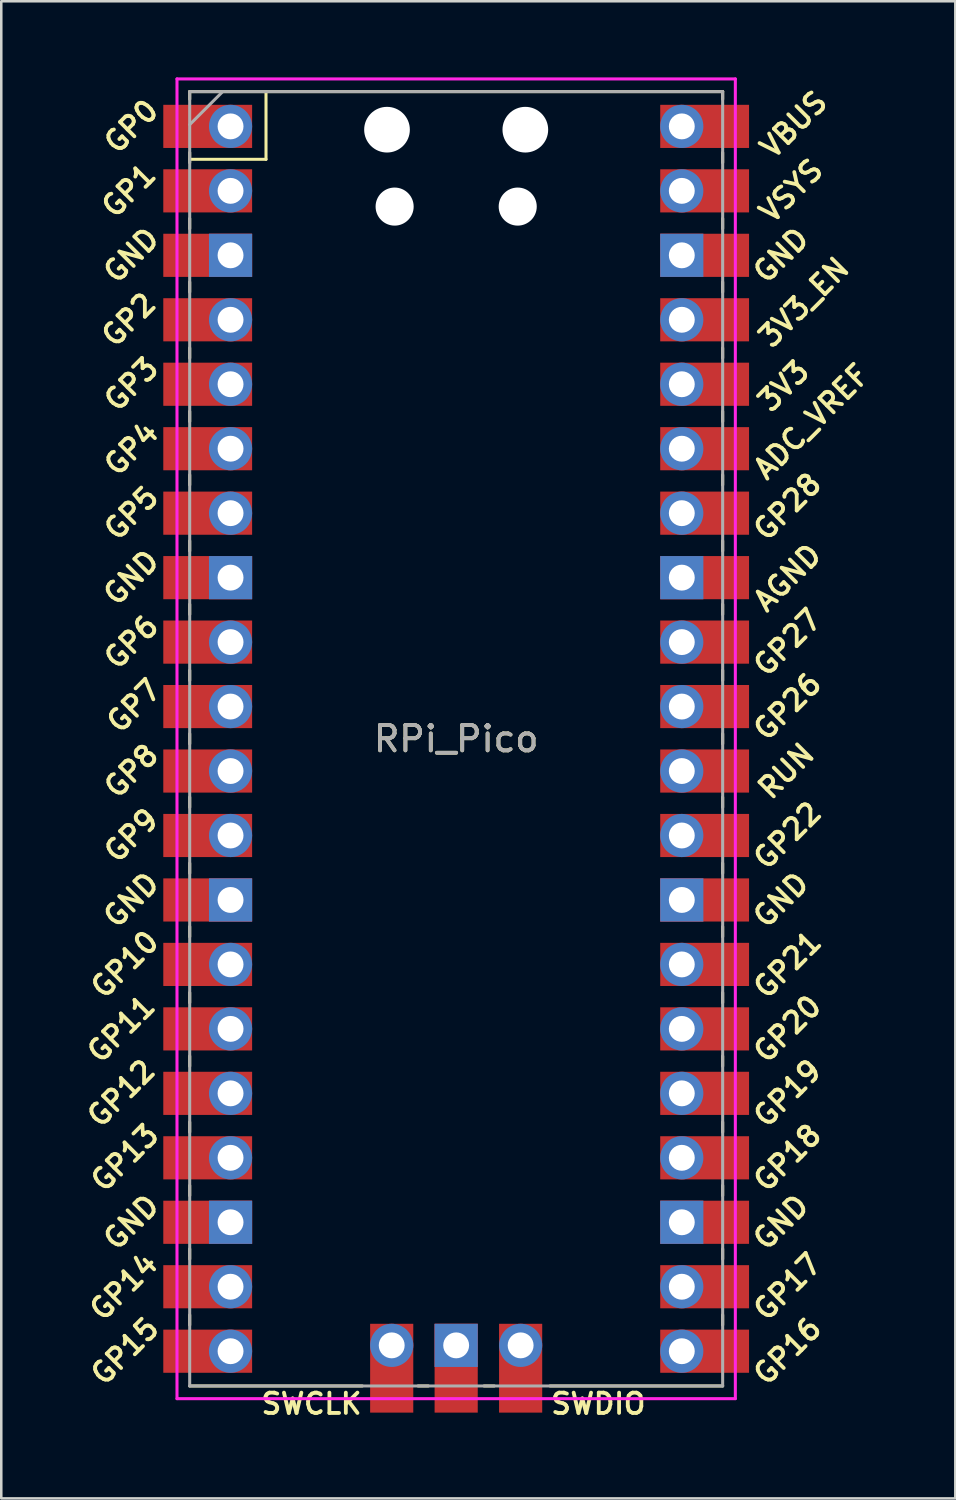
<source format=kicad_pcb>
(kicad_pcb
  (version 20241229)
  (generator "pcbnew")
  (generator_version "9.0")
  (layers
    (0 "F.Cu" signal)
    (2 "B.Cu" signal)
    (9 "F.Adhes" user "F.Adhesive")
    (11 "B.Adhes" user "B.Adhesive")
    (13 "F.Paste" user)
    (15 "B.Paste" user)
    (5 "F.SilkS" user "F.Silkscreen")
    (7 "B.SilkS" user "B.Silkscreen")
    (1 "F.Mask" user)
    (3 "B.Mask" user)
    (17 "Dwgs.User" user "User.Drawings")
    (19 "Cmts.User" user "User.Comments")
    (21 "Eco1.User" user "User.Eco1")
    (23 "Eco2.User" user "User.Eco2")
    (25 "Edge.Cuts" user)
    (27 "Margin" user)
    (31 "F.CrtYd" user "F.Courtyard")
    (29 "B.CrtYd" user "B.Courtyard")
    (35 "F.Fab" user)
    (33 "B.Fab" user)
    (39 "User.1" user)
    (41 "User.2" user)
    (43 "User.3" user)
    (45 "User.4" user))
  (footprint "RPi_Pico"
    (layer "F.Cu")
    (at 14.924 26.06)
    (property "Reference" "RPi_Pico" (at 0 0 0) (layer "F.SilkS") (effects (font (size 1 1) (thickness 0.15))))
    (attr through_hole)
    (fp_line (start -10.5 -25.5) (end -10.5 -25.2) (stroke (width 0.12) (type solid)) (layer "F.SilkS"))
    (fp_line (start -10.5 -25.5) (end 10.5 -25.5) (stroke (width 0.12) (type solid)) (layer "F.SilkS"))
    (fp_line (start -10.5 -23.1) (end -10.5 -22.7) (stroke (width 0.12) (type solid)) (layer "F.SilkS"))
    (fp_line (start -10.5 -22.833) (end -7.493 -22.833) (stroke (width 0.12) (type solid)) (layer "F.SilkS"))
    (fp_line (start -10.5 -20.5) (end -10.5 -20.1) (stroke (width 0.12) (type solid)) (layer "F.SilkS"))
    (fp_line (start -10.5 -18) (end -10.5 -17.6) (stroke (width 0.12) (type solid)) (layer "F.SilkS"))
    (fp_line (start -10.5 -15.4) (end -10.5 -15) (stroke (width 0.12) (type solid)) (layer "F.SilkS"))
    (fp_line (start -10.5 -12.9) (end -10.5 -12.5) (stroke (width 0.12) (type solid)) (layer "F.SilkS"))
    (fp_line (start -10.5 -10.4) (end -10.5 -10) (stroke (width 0.12) (type solid)) (layer "F.SilkS"))
    (fp_line (start -10.5 -7.8) (end -10.5 -7.4) (stroke (width 0.12) (type solid)) (layer "F.SilkS"))
    (fp_line (start -10.5 -5.3) (end -10.5 -4.9) (stroke (width 0.12) (type solid)) (layer "F.SilkS"))
    (fp_line (start -10.5 -2.7) (end -10.5 -2.3) (stroke (width 0.12) (type solid)) (layer "F.SilkS"))
    (fp_line (start -10.5 -0.2) (end -10.5 0.2) (stroke (width 0.12) (type solid)) (layer "F.SilkS"))
    (fp_line (start -10.5 2.3) (end -10.5 2.7) (stroke (width 0.12) (type solid)) (layer "F.SilkS"))
    (fp_line (start -10.5 4.9) (end -10.5 5.3) (stroke (width 0.12) (type solid)) (layer "F.SilkS"))
    (fp_line (start -10.5 7.4) (end -10.5 7.8) (stroke (width 0.12) (type solid)) (layer "F.SilkS"))
    (fp_line (start -10.5 10) (end -10.5 10.4) (stroke (width 0.12) (type solid)) (layer "F.SilkS"))
    (fp_line (start -10.5 12.5) (end -10.5 12.9) (stroke (width 0.12) (type solid)) (layer "F.SilkS"))
    (fp_line (start -10.5 15.1) (end -10.5 15.5) (stroke (width 0.12) (type solid)) (layer "F.SilkS"))
    (fp_line (start -10.5 17.6) (end -10.5 18) (stroke (width 0.12) (type solid)) (layer "F.SilkS"))
    (fp_line (start -10.5 20.1) (end -10.5 20.5) (stroke (width 0.12) (type solid)) (layer "F.SilkS"))
    (fp_line (start -10.5 22.7) (end -10.5 23.1) (stroke (width 0.12) (type solid)) (layer "F.SilkS"))
    (fp_line (start -7.493 -22.833) (end -7.493 -25.5) (stroke (width 0.12) (type solid)) (layer "F.SilkS"))
    (fp_line (start -3.7 25.5) (end -10.5 25.5) (stroke (width 0.12) (type solid)) (layer "F.SilkS"))
    (fp_line (start -1.5 25.5) (end -1.1 25.5) (stroke (width 0.12) (type solid)) (layer "F.SilkS"))
    (fp_line (start 1.1 25.5) (end 1.5 25.5) (stroke (width 0.12) (type solid)) (layer "F.SilkS"))
    (fp_line (start 10.5 -25.5) (end 10.5 -25.2) (stroke (width 0.12) (type solid)) (layer "F.SilkS"))
    (fp_line (start 10.5 -23.1) (end 10.5 -22.7) (stroke (width 0.12) (type solid)) (layer "F.SilkS"))
    (fp_line (start 10.5 -20.5) (end 10.5 -20.1) (stroke (width 0.12) (type solid)) (layer "F.SilkS"))
    (fp_line (start 10.5 -18) (end 10.5 -17.6) (stroke (width 0.12) (type solid)) (layer "F.SilkS"))
    (fp_line (start 10.5 -15.4) (end 10.5 -15) (stroke (width 0.12) (type solid)) (layer "F.SilkS"))
    (fp_line (start 10.5 -12.9) (end 10.5 -12.5) (stroke (width 0.12) (type solid)) (layer "F.SilkS"))
    (fp_line (start 10.5 -10.4) (end 10.5 -10) (stroke (width 0.12) (type solid)) (layer "F.SilkS"))
    (fp_line (start 10.5 -7.8) (end 10.5 -7.4) (stroke (width 0.12) (type solid)) (layer "F.SilkS"))
    (fp_line (start 10.5 -5.3) (end 10.5 -4.9) (stroke (width 0.12) (type solid)) (layer "F.SilkS"))
    (fp_line (start 10.5 -2.7) (end 10.5 -2.3) (stroke (width 0.12) (type solid)) (layer "F.SilkS"))
    (fp_line (start 10.5 -0.2) (end 10.5 0.2) (stroke (width 0.12) (type solid)) (layer "F.SilkS"))
    (fp_line (start 10.5 2.3) (end 10.5 2.7) (stroke (width 0.12) (type solid)) (layer "F.SilkS"))
    (fp_line (start 10.5 4.9) (end 10.5 5.3) (stroke (width 0.12) (type solid)) (layer "F.SilkS"))
    (fp_line (start 10.5 7.4) (end 10.5 7.8) (stroke (width 0.12) (type solid)) (layer "F.SilkS"))
    (fp_line (start 10.5 10) (end 10.5 10.4) (stroke (width 0.12) (type solid)) (layer "F.SilkS"))
    (fp_line (start 10.5 12.5) (end 10.5 12.9) (stroke (width 0.12) (type solid)) (layer "F.SilkS"))
    (fp_line (start 10.5 15.1) (end 10.5 15.5) (stroke (width 0.12) (type solid)) (layer "F.SilkS"))
    (fp_line (start 10.5 17.6) (end 10.5 18) (stroke (width 0.12) (type solid)) (layer "F.SilkS"))
    (fp_line (start 10.5 20.1) (end 10.5 20.5) (stroke (width 0.12) (type solid)) (layer "F.SilkS"))
    (fp_line (start 10.5 22.7) (end 10.5 23.1) (stroke (width 0.12) (type solid)) (layer "F.SilkS"))
    (fp_line (start 10.5 25.5) (end 3.7 25.5) (stroke (width 0.12) (type solid)) (layer "F.SilkS"))
    (fp_line (start -11 -26) (end 11 -26) (stroke (width 0.12) (type solid)) (layer "F.CrtYd"))
    (fp_line (start -11 26) (end -11 -26) (stroke (width 0.12) (type solid)) (layer "F.CrtYd"))
    (fp_line (start 11 -26) (end 11 26) (stroke (width 0.12) (type solid)) (layer "F.CrtYd"))
    (fp_line (start 11 26) (end -11 26) (stroke (width 0.12) (type solid)) (layer "F.CrtYd"))
    (fp_line (start -10.5 -25.5) (end 10.5 -25.5) (stroke (width 0.12) (type solid)) (layer "F.Fab"))
    (fp_line (start -10.5 -24.2) (end -9.2 -25.5) (stroke (width 0.12) (type solid)) (layer "F.Fab"))
    (fp_line (start -10.5 25.5) (end -10.5 -25.5) (stroke (width 0.12) (type solid)) (layer "F.Fab"))
    (fp_line (start 10.5 -25.5) (end 10.5 25.5) (stroke (width 0.12) (type solid)) (layer "F.Fab"))
    (fp_line (start 10.5 25.5) (end -10.5 25.5) (stroke (width 0.12) (type solid)) (layer "F.Fab"))
    (fp_text user "AGND" (at 13.054 -6.35 45) (layer "F.SilkS") (effects (font (size 0.8 0.8) (thickness 0.15))))
    (fp_text user "ADC_VREF" (at 14 -12.5 45) (layer "F.SilkS") (effects (font (size 0.8 0.8) (thickness 0.15))))
    (fp_text user "GP14" (at -13.1 21.59 45) (layer "F.SilkS") (effects (font (size 0.8 0.8) (thickness 0.15))))
    (fp_text user "GND" (at 12.8 -19.05 45) (layer "F.SilkS") (effects (font (size 0.8 0.8) (thickness 0.15))))
    (fp_text user "GP9" (at -12.8 3.81 45) (layer "F.SilkS") (effects (font (size 0.8 0.8) (thickness 0.15))))
    (fp_text user "GP28" (at 13.054 -9.144 45) (layer "F.SilkS") (effects (font (size 0.8 0.8) (thickness 0.15))))
    (fp_text user "VSYS" (at 13.2 -21.59 45) (layer "F.SilkS") (effects (font (size 0.8 0.8) (thickness 0.15))))
    (fp_text user "GP8" (at -12.8 1.27 45) (layer "F.SilkS") (effects (font (size 0.8 0.8) (thickness 0.15))))
    (fp_text user "GP15" (at -13.054 24.13 45) (layer "F.SilkS") (effects (font (size 0.8 0.8) (thickness 0.15))))
    (fp_text user "GP18" (at 13.054 16.51 45) (layer "F.SilkS") (effects (font (size 0.8 0.8) (thickness 0.15))))
    (fp_text user "GP17" (at 13.054 21.59 45) (layer "F.SilkS") (effects (font (size 0.8 0.8) (thickness 0.15))))
    (fp_text user "GP10" (at -13.054 8.89 45) (layer "F.SilkS") (effects (font (size 0.8 0.8) (thickness 0.15))))
    (fp_text user "GND" (at -12.8 6.35 45) (layer "F.SilkS") (effects (font (size 0.8 0.8) (thickness 0.15))))
    (fp_text user "GND" (at 12.8 19.05 45) (layer "F.SilkS") (effects (font (size 0.8 0.8) (thickness 0.15))))
    (fp_text user "GP7" (at -12.7 -1.3 45) (layer "F.SilkS") (effects (font (size 0.8 0.8) (thickness 0.15))))
    (fp_text user "GP6" (at -12.8 -3.81 45) (layer "F.SilkS") (effects (font (size 0.8 0.8) (thickness 0.15))))
    (fp_text user "GP16" (at 13.054 24.13 45) (layer "F.SilkS") (effects (font (size 0.8 0.8) (thickness 0.15))))
    (fp_text user "SWDIO" (at 5.6 26.2 0) (layer "F.SilkS") (effects (font (size 0.8 0.8) (thickness 0.15))))
    (fp_text user "GND" (at 12.8 6.35 45) (layer "F.SilkS") (effects (font (size 0.8 0.8) (thickness 0.15))))
    (fp_text user "GP3" (at -12.8 -13.97 45) (layer "F.SilkS") (effects (font (size 0.8 0.8) (thickness 0.15))))
    (fp_text user "GP21" (at 13.054 8.9 45) (layer "F.SilkS") (effects (font (size 0.8 0.8) (thickness 0.15))))
    (fp_text user "3V3" (at 12.9 -13.9 45) (layer "F.SilkS") (effects (font (size 0.8 0.8) (thickness 0.15))))
    (fp_text user "GP20" (at 13.054 11.43 45) (layer "F.SilkS") (effects (font (size 0.8 0.8) (thickness 0.15))))
    (fp_text user "GP27" (at 13.054 -3.8 45) (layer "F.SilkS") (effects (font (size 0.8 0.8) (thickness 0.15))))
    (fp_text user "SWCLK" (at -5.7 26.2 0) (layer "F.SilkS") (effects (font (size 0.8 0.8) (thickness 0.15))))
    (fp_text user "GP1" (at -12.9 -21.6 45) (layer "F.SilkS") (effects (font (size 0.8 0.8) (thickness 0.15))))
    (fp_text user "GP22" (at 13.054 3.81 45) (layer "F.SilkS") (effects (font (size 0.8 0.8) (thickness 0.15))))
    (fp_text user "GP4" (at -12.8 -11.43 45) (layer "F.SilkS") (effects (font (size 0.8 0.8) (thickness 0.15))))
    (fp_text user "GP11" (at -13.2 11.43 45) (layer "F.SilkS") (effects (font (size 0.8 0.8) (thickness 0.15))))
    (fp_text user "GND" (at -12.8 -19.05 45) (layer "F.SilkS") (effects (font (size 0.8 0.8) (thickness 0.15))))
    (fp_text user "VBUS" (at 13.3 -24.2 45) (layer "F.SilkS") (effects (font (size 0.8 0.8) (thickness 0.15))))
    (fp_text user "GND" (at -12.8 -6.35 45) (layer "F.SilkS") (effects (font (size 0.8 0.8) (thickness 0.15))))
    (fp_text user "GP12" (at -13.2 13.97 45) (layer "F.SilkS") (effects (font (size 0.8 0.8) (thickness 0.15))))
    (fp_text user "GP2" (at -12.9 -16.51 45) (layer "F.SilkS") (effects (font (size 0.8 0.8) (thickness 0.15))))
    (fp_text user "GP19" (at 13.054 13.97 45) (layer "F.SilkS") (effects (font (size 0.8 0.8) (thickness 0.15))))
    (fp_text user "3V3_EN" (at 13.7 -17.2 45) (layer "F.SilkS") (effects (font (size 0.8 0.8) (thickness 0.15))))
    (fp_text user "GP13" (at -13.054 16.51 45) (layer "F.SilkS") (effects (font (size 0.8 0.8) (thickness 0.15))))
    (fp_text user "RUN" (at 13 1.27 45) (layer "F.SilkS") (effects (font (size 0.8 0.8) (thickness 0.15))))
    (fp_text user "GP26" (at 13.054 -1.27 45) (layer "F.SilkS") (effects (font (size 0.8 0.8) (thickness 0.15))))
    (fp_text user "GP5" (at -12.8 -8.89 45) (layer "F.SilkS") (effects (font (size 0.8 0.8) (thickness 0.15))))
    (fp_text user "GP0" (at -12.8 -24.13 45) (layer "F.SilkS") (effects (font (size 0.8 0.8) (thickness 0.15))))
    (fp_text user "GND" (at -12.8 19.05 45) (layer "F.SilkS") (effects (font (size 0.8 0.8) (thickness 0.15))))
    (fp_text user "${REFERENCE}" (at 0 0 180) (layer "F.Fab") (effects (font (size 1 1) (thickness 0.15))))
    (pad "" np_thru_hole oval (at -2.725 -24) (size 1.8 1.8) (drill 1.8) (layers "*.Cu" "*.Mask"))
    (pad "" np_thru_hole oval (at -2.425 -20.97) (size 1.5 1.5) (drill 1.5) (layers "*.Cu" "*.Mask"))
    (pad "" np_thru_hole oval (at 2.425 -20.97) (size 1.5 1.5) (drill 1.5) (layers "*.Cu" "*.Mask"))
    (pad "" np_thru_hole oval (at 2.725 -24) (size 1.8 1.8) (drill 1.8) (layers "*.Cu" "*.Mask"))
    (pad "1" thru_hole oval (at -8.89 -24.13) (size 1.7 1.7) (drill 1.02) (layers "*.Cu" "*.Mask"))
    (pad "1" smd rect (at -8.89 -24.13) (size 3.5 1.7) (drill (offset -0.9 0)) (layers "F.Cu" "F.Mask"))
    (pad "2" thru_hole oval (at -8.89 -21.59) (size 1.7 1.7) (drill 1.02) (layers "*.Cu" "*.Mask"))
    (pad "2" smd rect (at -8.89 -21.59) (size 3.5 1.7) (drill (offset -0.9 0)) (layers "F.Cu" "F.Mask"))
    (pad "3" thru_hole rect (at -8.89 -19.05) (size 1.7 1.7) (drill 1.02) (layers "*.Cu" "*.Mask"))
    (pad "3" smd rect (at -8.89 -19.05) (size 3.5 1.7) (drill (offset -0.9 0)) (layers "F.Cu" "F.Mask"))
    (pad "4" thru_hole oval (at -8.89 -16.51) (size 1.7 1.7) (drill 1.02) (layers "*.Cu" "*.Mask"))
    (pad "4" smd rect (at -8.89 -16.51) (size 3.5 1.7) (drill (offset -0.9 0)) (layers "F.Cu" "F.Mask"))
    (pad "5" thru_hole oval (at -8.89 -13.97) (size 1.7 1.7) (drill 1.02) (layers "*.Cu" "*.Mask"))
    (pad "5" smd rect (at -8.89 -13.97) (size 3.5 1.7) (drill (offset -0.9 0)) (layers "F.Cu" "F.Mask"))
    (pad "6" thru_hole oval (at -8.89 -11.43) (size 1.7 1.7) (drill 1.02) (layers "*.Cu" "*.Mask"))
    (pad "6" smd rect (at -8.89 -11.43) (size 3.5 1.7) (drill (offset -0.9 0)) (layers "F.Cu" "F.Mask"))
    (pad "7" thru_hole oval (at -8.89 -8.89) (size 1.7 1.7) (drill 1.02) (layers "*.Cu" "*.Mask"))
    (pad "7" smd rect (at -8.89 -8.89) (size 3.5 1.7) (drill (offset -0.9 0)) (layers "F.Cu" "F.Mask"))
    (pad "8" thru_hole rect (at -8.89 -6.35) (size 1.7 1.7) (drill 1.02) (layers "*.Cu" "*.Mask"))
    (pad "8" smd rect (at -8.89 -6.35) (size 3.5 1.7) (drill (offset -0.9 0)) (layers "F.Cu" "F.Mask"))
    (pad "9" thru_hole oval (at -8.89 -3.81) (size 1.7 1.7) (drill 1.02) (layers "*.Cu" "*.Mask"))
    (pad "9" smd rect (at -8.89 -3.81) (size 3.5 1.7) (drill (offset -0.9 0)) (layers "F.Cu" "F.Mask"))
    (pad "10" thru_hole oval (at -8.89 -1.27) (size 1.7 1.7) (drill 1.02) (layers "*.Cu" "*.Mask"))
    (pad "10" smd rect (at -8.89 -1.27) (size 3.5 1.7) (drill (offset -0.9 0)) (layers "F.Cu" "F.Mask"))
    (pad "11" thru_hole oval (at -8.89 1.27) (size 1.7 1.7) (drill 1.02) (layers "*.Cu" "*.Mask"))
    (pad "11" smd rect (at -8.89 1.27) (size 3.5 1.7) (drill (offset -0.9 0)) (layers "F.Cu" "F.Mask"))
    (pad "12" thru_hole oval (at -8.89 3.81) (size 1.7 1.7) (drill 1.02) (layers "*.Cu" "*.Mask"))
    (pad "12" smd rect (at -8.89 3.81) (size 3.5 1.7) (drill (offset -0.9 0)) (layers "F.Cu" "F.Mask"))
    (pad "13" thru_hole rect (at -8.89 6.35) (size 1.7 1.7) (drill 1.02) (layers "*.Cu" "*.Mask"))
    (pad "13" smd rect (at -8.89 6.35) (size 3.5 1.7) (drill (offset -0.9 0)) (layers "F.Cu" "F.Mask"))
    (pad "14" thru_hole oval (at -8.89 8.89) (size 1.7 1.7) (drill 1.02) (layers "*.Cu" "*.Mask"))
    (pad "14" smd rect (at -8.89 8.89) (size 3.5 1.7) (drill (offset -0.9 0)) (layers "F.Cu" "F.Mask"))
    (pad "15" thru_hole oval (at -8.89 11.43) (size 1.7 1.7) (drill 1.02) (layers "*.Cu" "*.Mask"))
    (pad "15" smd rect (at -8.89 11.43) (size 3.5 1.7) (drill (offset -0.9 0)) (layers "F.Cu" "F.Mask"))
    (pad "16" thru_hole oval (at -8.89 13.97) (size 1.7 1.7) (drill 1.02) (layers "*.Cu" "*.Mask"))
    (pad "16" smd rect (at -8.89 13.97) (size 3.5 1.7) (drill (offset -0.9 0)) (layers "F.Cu" "F.Mask"))
    (pad "17" thru_hole oval (at -8.89 16.51) (size 1.7 1.7) (drill 1.02) (layers "*.Cu" "*.Mask"))
    (pad "17" smd rect (at -8.89 16.51) (size 3.5 1.7) (drill (offset -0.9 0)) (layers "F.Cu" "F.Mask"))
    (pad "18" thru_hole rect (at -8.89 19.05) (size 1.7 1.7) (drill 1.02) (layers "*.Cu" "*.Mask"))
    (pad "18" smd rect (at -8.89 19.05) (size 3.5 1.7) (drill (offset -0.9 0)) (layers "F.Cu" "F.Mask"))
    (pad "19" thru_hole oval (at -8.89 21.59) (size 1.7 1.7) (drill 1.02) (layers "*.Cu" "*.Mask"))
    (pad "19" smd rect (at -8.89 21.59) (size 3.5 1.7) (drill (offset -0.9 0)) (layers "F.Cu" "F.Mask"))
    (pad "20" thru_hole oval (at -8.89 24.13) (size 1.7 1.7) (drill 1.02) (layers "*.Cu" "*.Mask"))
    (pad "20" smd rect (at -8.89 24.13) (size 3.5 1.7) (drill (offset -0.9 0)) (layers "F.Cu" "F.Mask"))
    (pad "21" thru_hole oval (at 8.89 24.13) (size 1.7 1.7) (drill 1.02) (layers "*.Cu" "*.Mask"))
    (pad "21" smd rect (at 8.89 24.13) (size 3.5 1.7) (drill (offset 0.9 0)) (layers "F.Cu" "F.Mask"))
    (pad "22" thru_hole oval (at 8.89 21.59) (size 1.7 1.7) (drill 1.02) (layers "*.Cu" "*.Mask"))
    (pad "22" smd rect (at 8.89 21.59) (size 3.5 1.7) (drill (offset 0.9 0)) (layers "F.Cu" "F.Mask"))
    (pad "23" thru_hole rect (at 8.89 19.05) (size 1.7 1.7) (drill 1.02) (layers "*.Cu" "*.Mask"))
    (pad "23" smd rect (at 8.89 19.05) (size 3.5 1.7) (drill (offset 0.9 0)) (layers "F.Cu" "F.Mask"))
    (pad "24" thru_hole oval (at 8.89 16.51) (size 1.7 1.7) (drill 1.02) (layers "*.Cu" "*.Mask"))
    (pad "24" smd rect (at 8.89 16.51) (size 3.5 1.7) (drill (offset 0.9 0)) (layers "F.Cu" "F.Mask"))
    (pad "25" thru_hole oval (at 8.89 13.97) (size 1.7 1.7) (drill 1.02) (layers "*.Cu" "*.Mask"))
    (pad "25" smd rect (at 8.89 13.97) (size 3.5 1.7) (drill (offset 0.9 0)) (layers "F.Cu" "F.Mask"))
    (pad "26" thru_hole oval (at 8.89 11.43) (size 1.7 1.7) (drill 1.02) (layers "*.Cu" "*.Mask"))
    (pad "26" smd rect (at 8.89 11.43) (size 3.5 1.7) (drill (offset 0.9 0)) (layers "F.Cu" "F.Mask"))
    (pad "27" thru_hole oval (at 8.89 8.89) (size 1.7 1.7) (drill 1.02) (layers "*.Cu" "*.Mask"))
    (pad "27" smd rect (at 8.89 8.89) (size 3.5 1.7) (drill (offset 0.9 0)) (layers "F.Cu" "F.Mask"))
    (pad "28" thru_hole rect (at 8.89 6.35) (size 1.7 1.7) (drill 1.02) (layers "*.Cu" "*.Mask"))
    (pad "28" smd rect (at 8.89 6.35) (size 3.5 1.7) (drill (offset 0.9 0)) (layers "F.Cu" "F.Mask"))
    (pad "29" thru_hole oval (at 8.89 3.81) (size 1.7 1.7) (drill 1.02) (layers "*.Cu" "*.Mask"))
    (pad "29" smd rect (at 8.89 3.81) (size 3.5 1.7) (drill (offset 0.9 0)) (layers "F.Cu" "F.Mask"))
    (pad "30" thru_hole oval (at 8.89 1.27) (size 1.7 1.7) (drill 1.02) (layers "*.Cu" "*.Mask"))
    (pad "30" smd rect (at 8.89 1.27) (size 3.5 1.7) (drill (offset 0.9 0)) (layers "F.Cu" "F.Mask"))
    (pad "31" thru_hole oval (at 8.89 -1.27) (size 1.7 1.7) (drill 1.02) (layers "*.Cu" "*.Mask"))
    (pad "31" smd rect (at 8.89 -1.27) (size 3.5 1.7) (drill (offset 0.9 0)) (layers "F.Cu" "F.Mask"))
    (pad "32" thru_hole oval (at 8.89 -3.81) (size 1.7 1.7) (drill 1.02) (layers "*.Cu" "*.Mask"))
    (pad "32" smd rect (at 8.89 -3.81) (size 3.5 1.7) (drill (offset 0.9 0)) (layers "F.Cu" "F.Mask"))
    (pad "33" thru_hole rect (at 8.89 -6.35) (size 1.7 1.7) (drill 1.02) (layers "*.Cu" "*.Mask"))
    (pad "33" smd rect (at 8.89 -6.35) (size 3.5 1.7) (drill (offset 0.9 0)) (layers "F.Cu" "F.Mask"))
    (pad "34" thru_hole oval (at 8.89 -8.89) (size 1.7 1.7) (drill 1.02) (layers "*.Cu" "*.Mask"))
    (pad "34" smd rect (at 8.89 -8.89) (size 3.5 1.7) (drill (offset 0.9 0)) (layers "F.Cu" "F.Mask"))
    (pad "35" thru_hole oval (at 8.89 -11.43) (size 1.7 1.7) (drill 1.02) (layers "*.Cu" "*.Mask"))
    (pad "35" smd rect (at 8.89 -11.43) (size 3.5 1.7) (drill (offset 0.9 0)) (layers "F.Cu" "F.Mask"))
    (pad "36" thru_hole oval (at 8.89 -13.97) (size 1.7 1.7) (drill 1.02) (layers "*.Cu" "*.Mask"))
    (pad "36" smd rect (at 8.89 -13.97) (size 3.5 1.7) (drill (offset 0.9 0)) (layers "F.Cu" "F.Mask"))
    (pad "37" thru_hole oval (at 8.89 -16.51) (size 1.7 1.7) (drill 1.02) (layers "*.Cu" "*.Mask"))
    (pad "37" smd rect (at 8.89 -16.51) (size 3.5 1.7) (drill (offset 0.9 0)) (layers "F.Cu" "F.Mask"))
    (pad "38" thru_hole rect (at 8.89 -19.05) (size 1.7 1.7) (drill 1.02) (layers "*.Cu" "*.Mask"))
    (pad "38" smd rect (at 8.89 -19.05) (size 3.5 1.7) (drill (offset 0.9 0)) (layers "F.Cu" "F.Mask"))
    (pad "39" thru_hole oval (at 8.89 -21.59) (size 1.7 1.7) (drill 1.02) (layers "*.Cu" "*.Mask"))
    (pad "39" smd rect (at 8.89 -21.59) (size 3.5 1.7) (drill (offset 0.9 0)) (layers "F.Cu" "F.Mask"))
    (pad "40" thru_hole oval (at 8.89 -24.13) (size 1.7 1.7) (drill 1.02) (layers "*.Cu" "*.Mask"))
    (pad "40" smd rect (at 8.89 -24.13) (size 3.5 1.7) (drill (offset 0.9 0)) (layers "F.Cu" "F.Mask"))
    (pad "41" thru_hole oval (at -2.54 23.9) (size 1.7 1.7) (drill 1.02) (layers "*.Cu" "*.Mask"))
    (pad "41" smd rect (at -2.54 23.9 90) (size 3.5 1.7) (drill (offset -0.9 0)) (layers "F.Cu" "F.Mask"))
    (pad "42" thru_hole rect (at 0 23.9) (size 1.7 1.7) (drill 1.02) (layers "*.Cu" "*.Mask"))
    (pad "42" smd rect (at 0 23.9 90) (size 3.5 1.7) (drill (offset -0.9 0)) (layers "F.Cu" "F.Mask"))
    (pad "43" thru_hole oval (at 2.54 23.9) (size 1.7 1.7) (drill 1.02) (layers "*.Cu" "*.Mask"))
    (pad "43" smd rect (at 2.54 23.9 90) (size 3.5 1.7) (drill (offset -0.9 0)) (layers "F.Cu" "F.Mask")))
  (gr_rect
    (start -3 -3)
    (end 34.591 55.991)
    (stroke (width 0.1) (type default))
    (fill no)
    (layer "Edge.Cuts")))
</source>
